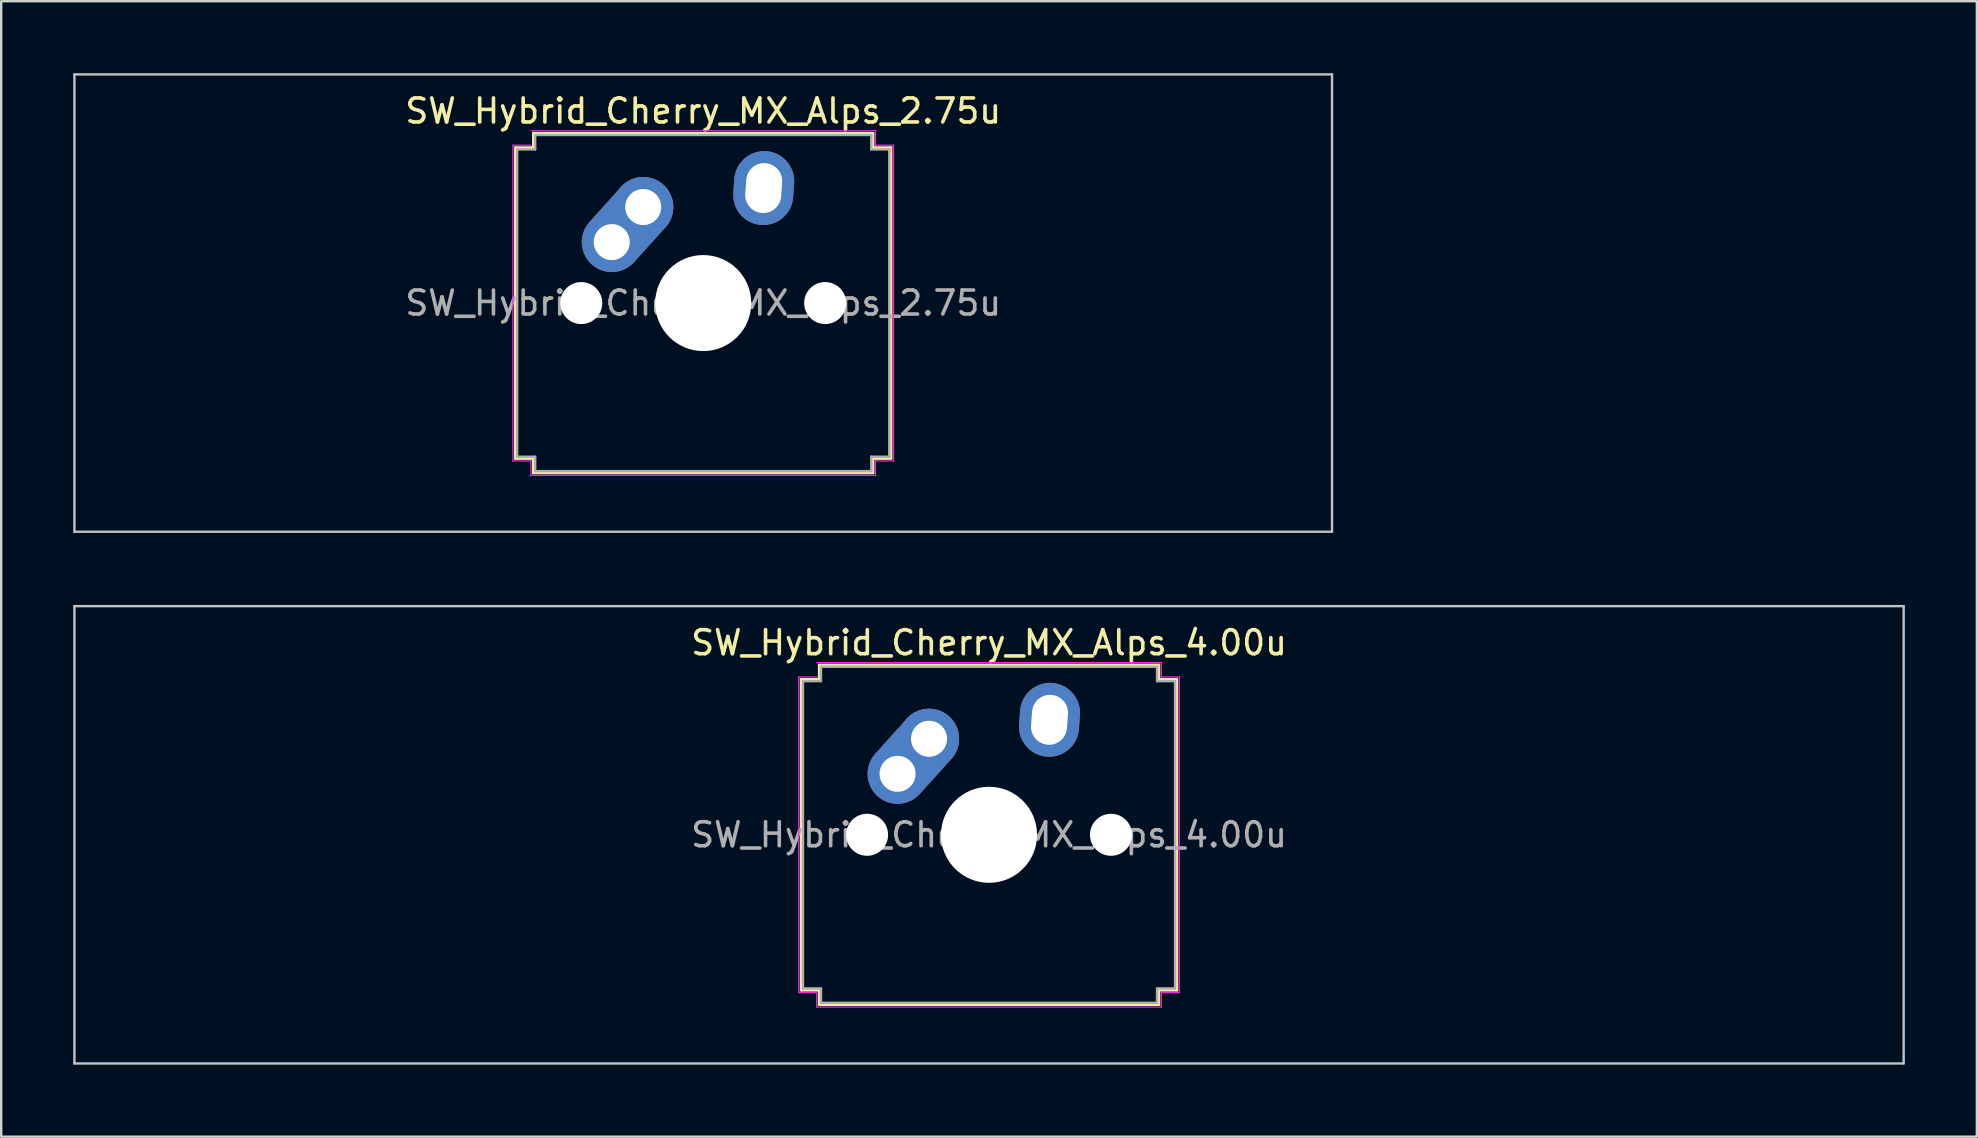
<source format=kicad_pcb>
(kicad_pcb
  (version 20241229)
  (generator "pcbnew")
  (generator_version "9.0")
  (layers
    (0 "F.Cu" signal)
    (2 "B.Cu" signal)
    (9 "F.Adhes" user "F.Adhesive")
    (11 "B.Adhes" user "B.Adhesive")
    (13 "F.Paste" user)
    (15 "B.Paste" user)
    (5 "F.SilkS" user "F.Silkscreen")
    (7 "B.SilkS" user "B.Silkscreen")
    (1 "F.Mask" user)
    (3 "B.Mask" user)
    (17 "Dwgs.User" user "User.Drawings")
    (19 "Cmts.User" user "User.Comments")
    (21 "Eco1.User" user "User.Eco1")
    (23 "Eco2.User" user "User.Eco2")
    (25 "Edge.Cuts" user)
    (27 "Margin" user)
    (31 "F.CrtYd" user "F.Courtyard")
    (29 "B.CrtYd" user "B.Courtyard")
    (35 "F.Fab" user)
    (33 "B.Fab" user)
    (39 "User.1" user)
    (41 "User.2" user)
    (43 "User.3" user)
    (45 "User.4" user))
  (footprint "SW_Hybrid_Cherry_MX_Alps_4.00u"
    (layer "F.Cu")
    (at 38.15 31.725)
    (property "Reference" "SW_Hybrid_Cherry_MX_Alps_4.00u" (at 0 -8 0) (layer "F.SilkS") (effects (font (size 1 1) (thickness 0.15))))
    (attr through_hole)
    (fp_line (start -7.821 -6.471) (end -7.071 -6.471) (stroke (width 0.12) (type solid)) (layer "F.SilkS"))
    (fp_line (start -7.821 6.471) (end -7.821 -6.471) (stroke (width 0.12) (type solid)) (layer "F.SilkS"))
    (fp_line (start -7.071 -7.071) (end 7.071 -7.071) (stroke (width 0.12) (type solid)) (layer "F.SilkS"))
    (fp_line (start -7.071 -6.471) (end -7.071 -7.071) (stroke (width 0.12) (type solid)) (layer "F.SilkS"))
    (fp_line (start -7.071 6.471) (end -7.821 6.471) (stroke (width 0.12) (type solid)) (layer "F.SilkS"))
    (fp_line (start -7.071 7.071) (end -7.071 6.471) (stroke (width 0.12) (type solid)) (layer "F.SilkS"))
    (fp_line (start 7.071 -7.071) (end 7.071 -6.471) (stroke (width 0.12) (type solid)) (layer "F.SilkS"))
    (fp_line (start 7.071 -6.471) (end 7.821 -6.471) (stroke (width 0.12) (type solid)) (layer "F.SilkS"))
    (fp_line (start 7.071 6.471) (end 7.071 7.071) (stroke (width 0.12) (type solid)) (layer "F.SilkS"))
    (fp_line (start 7.071 7.071) (end -7.071 7.071) (stroke (width 0.12) (type solid)) (layer "F.SilkS"))
    (fp_line (start 7.821 -6.471) (end 7.821 6.471) (stroke (width 0.12) (type solid)) (layer "F.SilkS"))
    (fp_line (start 7.821 6.471) (end 7.071 6.471) (stroke (width 0.12) (type solid)) (layer "F.SilkS"))
    (fp_line (start -38.1 -9.525) (end -38.1 9.525) (stroke (width 0.1) (type solid)) (layer "Dwgs.User"))
    (fp_line (start -38.1 9.525) (end 38.1 9.525) (stroke (width 0.1) (type solid)) (layer "Dwgs.User"))
    (fp_line (start 38.1 -9.525) (end -38.1 -9.525) (stroke (width 0.1) (type solid)) (layer "Dwgs.User"))
    (fp_line (start 38.1 9.525) (end 38.1 -9.525) (stroke (width 0.1) (type solid)) (layer "Dwgs.User"))
    (fp_line (start -7.927 -6.577) (end -7.177 -6.577) (stroke (width 0.05) (type solid)) (layer "F.CrtYd"))
    (fp_line (start -7.927 6.577) (end -7.927 -6.577) (stroke (width 0.05) (type solid)) (layer "F.CrtYd"))
    (fp_line (start -7.177 -7.177) (end 7.177 -7.177) (stroke (width 0.05) (type solid)) (layer "F.CrtYd"))
    (fp_line (start -7.177 6.577) (end -7.927 6.577) (stroke (width 0.05) (type solid)) (layer "F.CrtYd"))
    (fp_line (start -7.177 7.177) (end -7.177 6.577) (stroke (width 0.05) (type solid)) (layer "F.CrtYd"))
    (fp_line (start 7.177 -7.177) (end 7.177 -6.577) (stroke (width 0.05) (type solid)) (layer "F.CrtYd"))
    (fp_line (start 7.177 -6.577) (end 7.927 -6.577) (stroke (width 0.05) (type solid)) (layer "F.CrtYd"))
    (fp_line (start 7.177 6.577) (end 7.177 7.177) (stroke (width 0.05) (type solid)) (layer "F.CrtYd"))
    (fp_line (start 7.177 7.177) (end -7.177 7.177) (stroke (width 0.05) (type solid)) (layer "F.CrtYd"))
    (fp_line (start 7.927 -6.577) (end 7.927 6.577) (stroke (width 0.05) (type solid)) (layer "F.CrtYd"))
    (fp_line (start 7.927 6.577) (end 7.177 6.577) (stroke (width 0.05) (type solid)) (layer "F.CrtYd"))
    (fp_line (start -7.75 -6.4) (end -7 -6.4) (stroke (width 0.1) (type solid)) (layer "F.Fab"))
    (fp_line (start -7.75 6.4) (end -7.75 -6.4) (stroke (width 0.1) (type solid)) (layer "F.Fab"))
    (fp_line (start -7 -7) (end 7 -7) (stroke (width 0.1) (type solid)) (layer "F.Fab"))
    (fp_line (start -7 -6.4) (end -7 -7) (stroke (width 0.1) (type solid)) (layer "F.Fab"))
    (fp_line (start -7 6.4) (end -7.75 6.4) (stroke (width 0.1) (type solid)) (layer "F.Fab"))
    (fp_line (start -7 7) (end -7 6.4) (stroke (width 0.1) (type solid)) (layer "F.Fab"))
    (fp_line (start 7 -7) (end 7 -6.4) (stroke (width 0.1) (type solid)) (layer "F.Fab"))
    (fp_line (start 7 -6.4) (end 7.75 -6.4) (stroke (width 0.1) (type solid)) (layer "F.Fab"))
    (fp_line (start 7 6.4) (end 7 7) (stroke (width 0.1) (type solid)) (layer "F.Fab"))
    (fp_line (start 7 7) (end -7 7) (stroke (width 0.1) (type solid)) (layer "F.Fab"))
    (fp_line (start 7.75 -6.4) (end 7.75 6.4) (stroke (width 0.1) (type solid)) (layer "F.Fab"))
    (fp_line (start 7.75 6.4) (end 7 6.4) (stroke (width 0.1) (type solid)) (layer "F.Fab"))
    (fp_text user "${REFERENCE}" (at 0 0 0) (layer "F.Fab") (effects (font (size 1 1) (thickness 0.15))))
    (pad "" np_thru_hole circle (at -5.08 0) (size 1.75 1.75) (drill 1.75) (layers "*.Cu" "*.Mask"))
    (pad "" np_thru_hole circle (at 0 0) (size 4 4) (drill 4) (layers "*.Cu" "*.Mask"))
    (pad "" np_thru_hole circle (at 5.08 0) (size 1.75 1.75) (drill 1.75) (layers "*.Cu" "*.Mask"))
    (pad "1" thru_hole oval (at -3.81 -2.54 48) (size 4.462 2.5) (drill 1.5 (offset 0.981 0)) (layers "*.Cu" "*.Mask"))
    (pad "1" thru_hole circle (at -2.5 -4) (size 2.5 2.5) (drill 1.5) (layers "*.Cu" "*.Mask"))
    (pad "2" thru_hole oval (at 2.52 -4.79 86) (size 3.081 2.5) (drill oval 2.081 1.5) (layers "*.Cu" "*.Mask")))
  (footprint "SW_Hybrid_Cherry_MX_Alps_2.75u"
    (layer "F.Cu")
    (at 26.244 9.575)
    (property "Reference" "SW_Hybrid_Cherry_MX_Alps_2.75u" (at 0 -8 0) (layer "F.SilkS") (effects (font (size 1 1) (thickness 0.15))))
    (attr through_hole)
    (fp_line (start -7.821 -6.471) (end -7.071 -6.471) (stroke (width 0.12) (type solid)) (layer "F.SilkS"))
    (fp_line (start -7.821 6.471) (end -7.821 -6.471) (stroke (width 0.12) (type solid)) (layer "F.SilkS"))
    (fp_line (start -7.071 -7.071) (end 7.071 -7.071) (stroke (width 0.12) (type solid)) (layer "F.SilkS"))
    (fp_line (start -7.071 -6.471) (end -7.071 -7.071) (stroke (width 0.12) (type solid)) (layer "F.SilkS"))
    (fp_line (start -7.071 6.471) (end -7.821 6.471) (stroke (width 0.12) (type solid)) (layer "F.SilkS"))
    (fp_line (start -7.071 7.071) (end -7.071 6.471) (stroke (width 0.12) (type solid)) (layer "F.SilkS"))
    (fp_line (start 7.071 -7.071) (end 7.071 -6.471) (stroke (width 0.12) (type solid)) (layer "F.SilkS"))
    (fp_line (start 7.071 -6.471) (end 7.821 -6.471) (stroke (width 0.12) (type solid)) (layer "F.SilkS"))
    (fp_line (start 7.071 6.471) (end 7.071 7.071) (stroke (width 0.12) (type solid)) (layer "F.SilkS"))
    (fp_line (start 7.071 7.071) (end -7.071 7.071) (stroke (width 0.12) (type solid)) (layer "F.SilkS"))
    (fp_line (start 7.821 -6.471) (end 7.821 6.471) (stroke (width 0.12) (type solid)) (layer "F.SilkS"))
    (fp_line (start 7.821 6.471) (end 7.071 6.471) (stroke (width 0.12) (type solid)) (layer "F.SilkS"))
    (fp_line (start -26.194 -9.525) (end -26.194 9.525) (stroke (width 0.1) (type solid)) (layer "Dwgs.User"))
    (fp_line (start -26.194 9.525) (end 26.194 9.525) (stroke (width 0.1) (type solid)) (layer "Dwgs.User"))
    (fp_line (start 26.194 -9.525) (end -26.194 -9.525) (stroke (width 0.1) (type solid)) (layer "Dwgs.User"))
    (fp_line (start 26.194 9.525) (end 26.194 -9.525) (stroke (width 0.1) (type solid)) (layer "Dwgs.User"))
    (fp_line (start -7.927 -6.577) (end -7.177 -6.577) (stroke (width 0.05) (type solid)) (layer "F.CrtYd"))
    (fp_line (start -7.927 6.577) (end -7.927 -6.577) (stroke (width 0.05) (type solid)) (layer "F.CrtYd"))
    (fp_line (start -7.177 -7.177) (end 7.177 -7.177) (stroke (width 0.05) (type solid)) (layer "F.CrtYd"))
    (fp_line (start -7.177 6.577) (end -7.927 6.577) (stroke (width 0.05) (type solid)) (layer "F.CrtYd"))
    (fp_line (start -7.177 7.177) (end -7.177 6.577) (stroke (width 0.05) (type solid)) (layer "F.CrtYd"))
    (fp_line (start 7.177 -7.177) (end 7.177 -6.577) (stroke (width 0.05) (type solid)) (layer "F.CrtYd"))
    (fp_line (start 7.177 -6.577) (end 7.927 -6.577) (stroke (width 0.05) (type solid)) (layer "F.CrtYd"))
    (fp_line (start 7.177 6.577) (end 7.177 7.177) (stroke (width 0.05) (type solid)) (layer "F.CrtYd"))
    (fp_line (start 7.177 7.177) (end -7.177 7.177) (stroke (width 0.05) (type solid)) (layer "F.CrtYd"))
    (fp_line (start 7.927 -6.577) (end 7.927 6.577) (stroke (width 0.05) (type solid)) (layer "F.CrtYd"))
    (fp_line (start 7.927 6.577) (end 7.177 6.577) (stroke (width 0.05) (type solid)) (layer "F.CrtYd"))
    (fp_line (start -7.75 -6.4) (end -7 -6.4) (stroke (width 0.1) (type solid)) (layer "F.Fab"))
    (fp_line (start -7.75 6.4) (end -7.75 -6.4) (stroke (width 0.1) (type solid)) (layer "F.Fab"))
    (fp_line (start -7 -7) (end 7 -7) (stroke (width 0.1) (type solid)) (layer "F.Fab"))
    (fp_line (start -7 -6.4) (end -7 -7) (stroke (width 0.1) (type solid)) (layer "F.Fab"))
    (fp_line (start -7 6.4) (end -7.75 6.4) (stroke (width 0.1) (type solid)) (layer "F.Fab"))
    (fp_line (start -7 7) (end -7 6.4) (stroke (width 0.1) (type solid)) (layer "F.Fab"))
    (fp_line (start 7 -7) (end 7 -6.4) (stroke (width 0.1) (type solid)) (layer "F.Fab"))
    (fp_line (start 7 -6.4) (end 7.75 -6.4) (stroke (width 0.1) (type solid)) (layer "F.Fab"))
    (fp_line (start 7 6.4) (end 7 7) (stroke (width 0.1) (type solid)) (layer "F.Fab"))
    (fp_line (start 7 7) (end -7 7) (stroke (width 0.1) (type solid)) (layer "F.Fab"))
    (fp_line (start 7.75 -6.4) (end 7.75 6.4) (stroke (width 0.1) (type solid)) (layer "F.Fab"))
    (fp_line (start 7.75 6.4) (end 7 6.4) (stroke (width 0.1) (type solid)) (layer "F.Fab"))
    (fp_text user "${REFERENCE}" (at 0 0 0) (layer "F.Fab") (effects (font (size 1 1) (thickness 0.15))))
    (pad "" np_thru_hole circle (at -5.08 0) (size 1.75 1.75) (drill 1.75) (layers "*.Cu" "*.Mask"))
    (pad "" np_thru_hole circle (at 0 0) (size 4 4) (drill 4) (layers "*.Cu" "*.Mask"))
    (pad "" np_thru_hole circle (at 5.08 0) (size 1.75 1.75) (drill 1.75) (layers "*.Cu" "*.Mask"))
    (pad "1" thru_hole oval (at -3.81 -2.54 48) (size 4.462 2.5) (drill 1.5 (offset 0.981 0)) (layers "*.Cu" "*.Mask"))
    (pad "1" thru_hole circle (at -2.5 -4) (size 2.5 2.5) (drill 1.5) (layers "*.Cu" "*.Mask"))
    (pad "2" thru_hole oval (at 2.52 -4.79 86) (size 3.081 2.5) (drill oval 2.081 1.5) (layers "*.Cu" "*.Mask")))
  (gr_rect
    (start -3 -3)
    (end 79.3 44.3)
    (stroke (width 0.1) (type default))
    (fill no)
    (layer "Edge.Cuts")))
</source>
